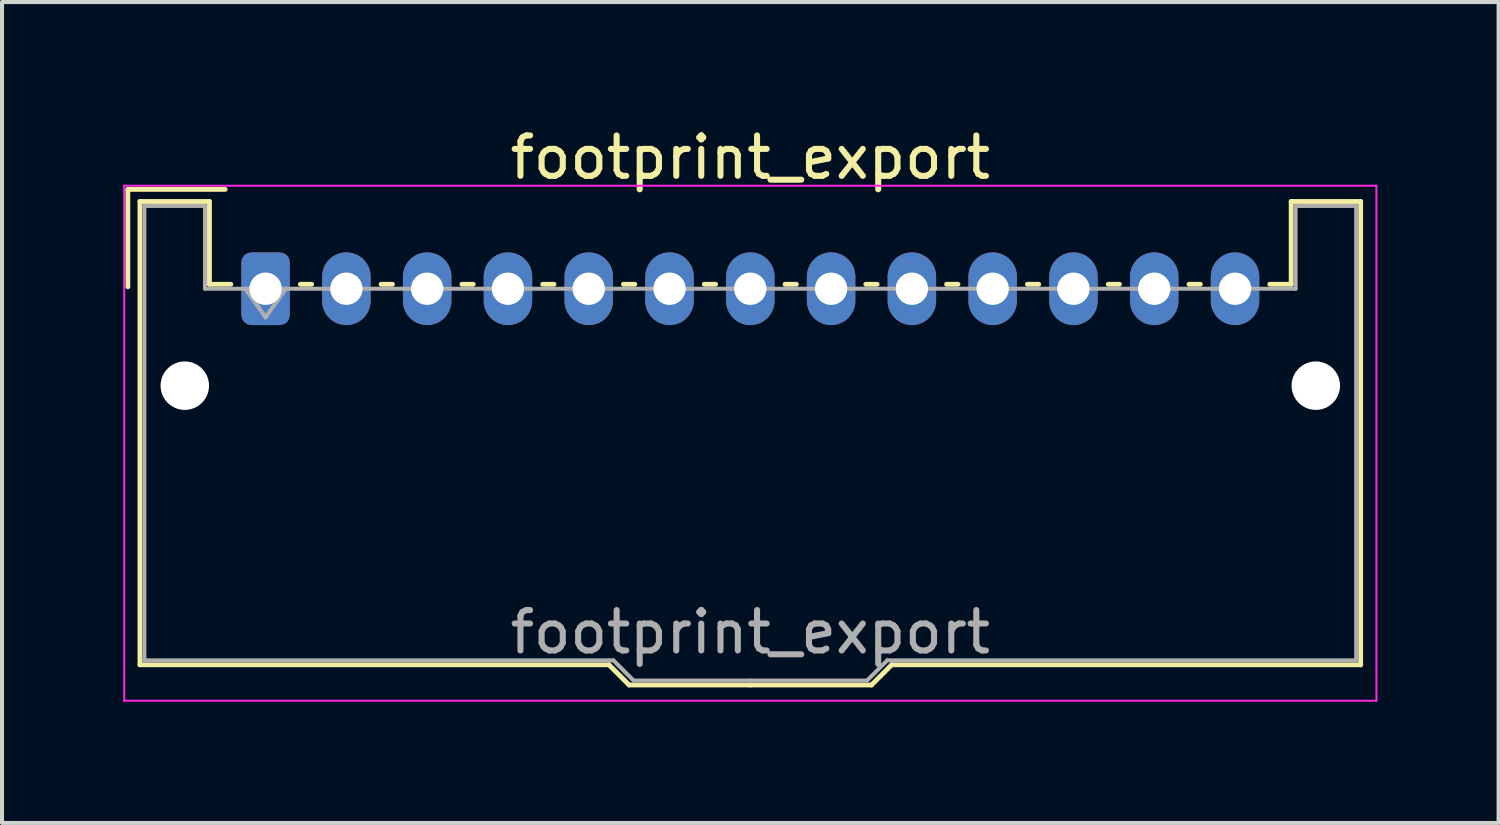
<source format=kicad_pcb>
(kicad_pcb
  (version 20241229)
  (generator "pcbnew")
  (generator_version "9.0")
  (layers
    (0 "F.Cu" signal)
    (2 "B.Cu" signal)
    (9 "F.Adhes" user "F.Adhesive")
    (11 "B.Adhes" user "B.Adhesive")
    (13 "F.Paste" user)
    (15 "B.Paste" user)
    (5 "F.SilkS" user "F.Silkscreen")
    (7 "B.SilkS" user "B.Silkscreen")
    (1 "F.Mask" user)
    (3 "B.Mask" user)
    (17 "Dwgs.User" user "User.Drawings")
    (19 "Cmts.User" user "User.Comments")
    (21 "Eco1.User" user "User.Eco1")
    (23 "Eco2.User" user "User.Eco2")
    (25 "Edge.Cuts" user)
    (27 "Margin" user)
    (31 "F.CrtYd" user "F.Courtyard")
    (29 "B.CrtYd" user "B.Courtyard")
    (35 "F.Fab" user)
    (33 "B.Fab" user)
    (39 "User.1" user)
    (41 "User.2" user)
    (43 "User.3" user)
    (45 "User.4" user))
  (footprint "footprint_export"
    (layer "F.Cu")
    (at 3.525 4.098)
    (property "Reference" "footprint_export" (at 12 -3.25 0) (layer "F.SilkS") (effects (font (size 1 1) (thickness 0.15))))
    (attr through_hole)
    (fp_line (start -3.41 -2.46) (end -1 -2.46) (stroke (width 0.12) (type solid)) (layer "F.SilkS"))
    (fp_line (start -3.41 -0.05) (end -3.41 -2.46) (stroke (width 0.12) (type solid)) (layer "F.SilkS"))
    (fp_line (start -3.11 -2.16) (end -1.39 -2.16) (stroke (width 0.12) (type solid)) (layer "F.SilkS"))
    (fp_line (start -3.11 9.31) (end -3.11 -2.16) (stroke (width 0.12) (type solid)) (layer "F.SilkS"))
    (fp_line (start -1.39 -2.16) (end -1.39 -0.11) (stroke (width 0.12) (type solid)) (layer "F.SilkS"))
    (fp_line (start -1.39 -0.11) (end -0.86 -0.11) (stroke (width 0.12) (type solid)) (layer "F.SilkS"))
    (fp_line (start 0.86 -0.11) (end 1.14 -0.11) (stroke (width 0.12) (type solid)) (layer "F.SilkS"))
    (fp_line (start 2.86 -0.11) (end 3.14 -0.11) (stroke (width 0.12) (type solid)) (layer "F.SilkS"))
    (fp_line (start 4.86 -0.11) (end 5.14 -0.11) (stroke (width 0.12) (type solid)) (layer "F.SilkS"))
    (fp_line (start 6.86 -0.11) (end 7.14 -0.11) (stroke (width 0.12) (type solid)) (layer "F.SilkS"))
    (fp_line (start 8.5 9.31) (end -3.11 9.31) (stroke (width 0.12) (type solid)) (layer "F.SilkS"))
    (fp_line (start 8.86 -0.11) (end 9.14 -0.11) (stroke (width 0.12) (type solid)) (layer "F.SilkS"))
    (fp_line (start 9 9.81) (end 8.5 9.31) (stroke (width 0.12) (type solid)) (layer "F.SilkS"))
    (fp_line (start 10.86 -0.11) (end 11.14 -0.11) (stroke (width 0.12) (type solid)) (layer "F.SilkS"))
    (fp_line (start 12 9.81) (end 9 9.81) (stroke (width 0.12) (type solid)) (layer "F.SilkS"))
    (fp_line (start 12 9.81) (end 15 9.81) (stroke (width 0.12) (type solid)) (layer "F.SilkS"))
    (fp_line (start 12.86 -0.11) (end 13.14 -0.11) (stroke (width 0.12) (type solid)) (layer "F.SilkS"))
    (fp_line (start 14.86 -0.11) (end 15.14 -0.11) (stroke (width 0.12) (type solid)) (layer "F.SilkS"))
    (fp_line (start 15 9.81) (end 15.5 9.31) (stroke (width 0.12) (type solid)) (layer "F.SilkS"))
    (fp_line (start 15.5 9.31) (end 27.11 9.31) (stroke (width 0.12) (type solid)) (layer "F.SilkS"))
    (fp_line (start 16.86 -0.11) (end 17.14 -0.11) (stroke (width 0.12) (type solid)) (layer "F.SilkS"))
    (fp_line (start 18.86 -0.11) (end 19.14 -0.11) (stroke (width 0.12) (type solid)) (layer "F.SilkS"))
    (fp_line (start 20.86 -0.11) (end 21.14 -0.11) (stroke (width 0.12) (type solid)) (layer "F.SilkS"))
    (fp_line (start 22.86 -0.11) (end 23.14 -0.11) (stroke (width 0.12) (type solid)) (layer "F.SilkS"))
    (fp_line (start 25.39 -2.16) (end 25.39 -0.11) (stroke (width 0.12) (type solid)) (layer "F.SilkS"))
    (fp_line (start 25.39 -0.11) (end 24.86 -0.11) (stroke (width 0.12) (type solid)) (layer "F.SilkS"))
    (fp_line (start 27.11 -2.16) (end 25.39 -2.16) (stroke (width 0.12) (type solid)) (layer "F.SilkS"))
    (fp_line (start 27.11 9.31) (end 27.11 -2.16) (stroke (width 0.12) (type solid)) (layer "F.SilkS"))
    (fp_line (start -3.5 -2.55) (end -3.5 10.2) (stroke (width 0.05) (type solid)) (layer "F.CrtYd"))
    (fp_line (start -3.5 10.2) (end 27.5 10.2) (stroke (width 0.05) (type solid)) (layer "F.CrtYd"))
    (fp_line (start 27.5 -2.55) (end -3.5 -2.55) (stroke (width 0.05) (type solid)) (layer "F.CrtYd"))
    (fp_line (start 27.5 10.2) (end 27.5 -2.55) (stroke (width 0.05) (type solid)) (layer "F.CrtYd"))
    (fp_line (start -3 -2.05) (end -1.5 -2.05) (stroke (width 0.1) (type solid)) (layer "F.Fab"))
    (fp_line (start -3 9.2) (end -3 -2.05) (stroke (width 0.1) (type solid)) (layer "F.Fab"))
    (fp_line (start -1.5 -2.05) (end -1.5 0) (stroke (width 0.1) (type solid)) (layer "F.Fab"))
    (fp_line (start -1.5 0) (end 12 0) (stroke (width 0.1) (type solid)) (layer "F.Fab"))
    (fp_line (start -0.5 0) (end 0 0.707) (stroke (width 0.1) (type solid)) (layer "F.Fab"))
    (fp_line (start 0 0.707) (end 0.5 0) (stroke (width 0.1) (type solid)) (layer "F.Fab"))
    (fp_line (start 8.61 9.2) (end -3 9.2) (stroke (width 0.1) (type solid)) (layer "F.Fab"))
    (fp_line (start 9.11 9.7) (end 8.61 9.2) (stroke (width 0.1) (type solid)) (layer "F.Fab"))
    (fp_line (start 12 9.7) (end 9.11 9.7) (stroke (width 0.1) (type solid)) (layer "F.Fab"))
    (fp_line (start 12 9.7) (end 14.89 9.7) (stroke (width 0.1) (type solid)) (layer "F.Fab"))
    (fp_line (start 14.89 9.7) (end 15.39 9.2) (stroke (width 0.1) (type solid)) (layer "F.Fab"))
    (fp_line (start 15.39 9.2) (end 27 9.2) (stroke (width 0.1) (type solid)) (layer "F.Fab"))
    (fp_line (start 25.5 -2.05) (end 25.5 0) (stroke (width 0.1) (type solid)) (layer "F.Fab"))
    (fp_line (start 25.5 0) (end 12 0) (stroke (width 0.1) (type solid)) (layer "F.Fab"))
    (fp_line (start 27 -2.05) (end 25.5 -2.05) (stroke (width 0.1) (type solid)) (layer "F.Fab"))
    (fp_line (start 27 9.2) (end 27 -2.05) (stroke (width 0.1) (type solid)) (layer "F.Fab"))
    (fp_text user "${REFERENCE}" (at 12 8.5 0) (layer "F.Fab") (effects (font (size 1 1) (thickness 0.15))))
    (pad "" np_thru_hole circle (at -2 2.4) (size 1.2 1.2) (drill 1.2) (layers "*.Cu" "*.Mask"))
    (pad "" np_thru_hole circle (at 26 2.4) (size 1.2 1.2) (drill 1.2) (layers "*.Cu" "*.Mask"))
    (pad "1" thru_hole roundrect (at 0 0) (size 1.2 1.8) (drill 0.8) (layers "*.Cu" "*.Mask") (roundrect_rratio 0.208))
    (pad "2" thru_hole oval (at 2 0) (size 1.2 1.8) (drill 0.8) (layers "*.Cu" "*.Mask"))
    (pad "3" thru_hole oval (at 4 0) (size 1.2 1.8) (drill 0.8) (layers "*.Cu" "*.Mask"))
    (pad "4" thru_hole oval (at 6 0) (size 1.2 1.8) (drill 0.8) (layers "*.Cu" "*.Mask"))
    (pad "5" thru_hole oval (at 8 0) (size 1.2 1.8) (drill 0.8) (layers "*.Cu" "*.Mask"))
    (pad "6" thru_hole oval (at 10 0) (size 1.2 1.8) (drill 0.8) (layers "*.Cu" "*.Mask"))
    (pad "7" thru_hole oval (at 12 0) (size 1.2 1.8) (drill 0.8) (layers "*.Cu" "*.Mask"))
    (pad "8" thru_hole oval (at 14 0) (size 1.2 1.8) (drill 0.8) (layers "*.Cu" "*.Mask"))
    (pad "9" thru_hole oval (at 16 0) (size 1.2 1.8) (drill 0.8) (layers "*.Cu" "*.Mask"))
    (pad "10" thru_hole oval (at 18 0) (size 1.2 1.8) (drill 0.8) (layers "*.Cu" "*.Mask"))
    (pad "11" thru_hole oval (at 20 0) (size 1.2 1.8) (drill 0.8) (layers "*.Cu" "*.Mask"))
    (pad "12" thru_hole oval (at 22 0) (size 1.2 1.8) (drill 0.8) (layers "*.Cu" "*.Mask"))
    (pad "13" thru_hole oval (at 24 0) (size 1.2 1.8) (drill 0.8) (layers "*.Cu" "*.Mask")))
  (gr_rect
    (start -3 -3)
    (end 34.05 17.323)
    (stroke (width 0.1) (type default))
    (fill no)
    (layer "Edge.Cuts")))
</source>
